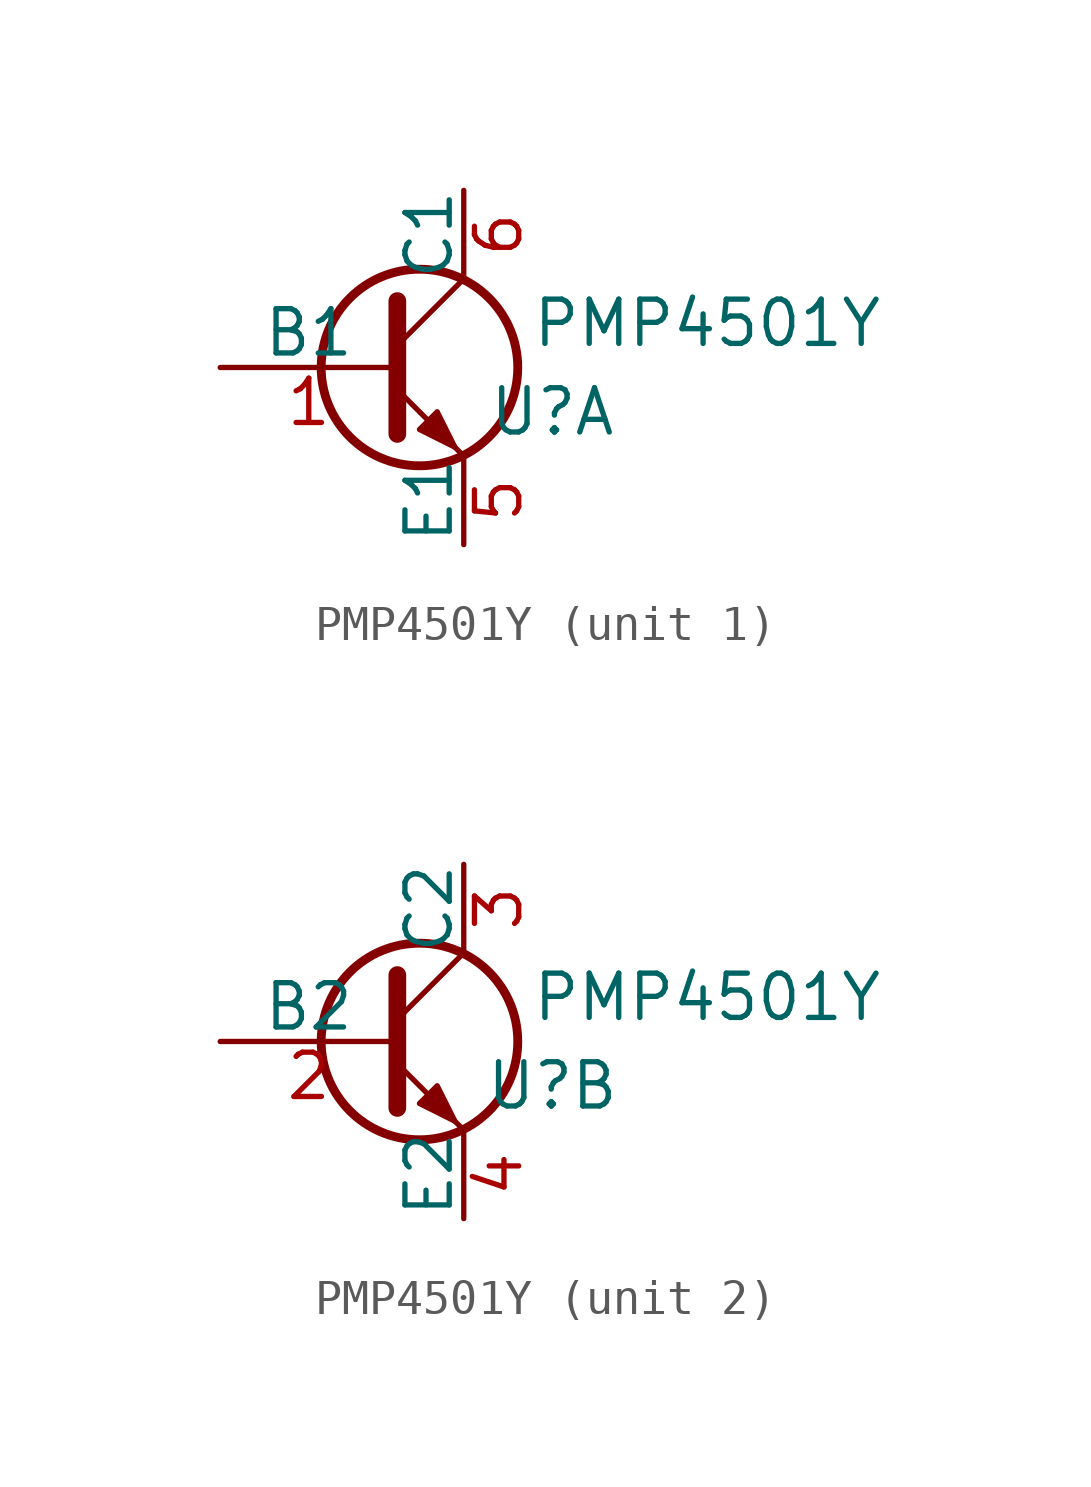
<source format=kicad_sym>
(kicad_symbol_lib
  (version 20211014)
  (generator kicad_symbol_editor)
  (symbol "PMP4501Y"
    (pin_names
      (offset 0))
    (property "Reference" "U"
      (at 4.445 -1.27 0)
      (effects (font (size 1.27 1.27))))
    (property "Value" "PMP4501Y"
      (at 8.89 1.27 0)
      (effects (font (size 1.27 1.27))))
    (property "ki_locked" ""
      (at 0 0 0)
      (effects (font (size 1.27 1.27))))
    (symbol "PMP4501Y_0_1"
      (polyline (pts (xy 0 0.635) (xy 1.905 2.54)) (stroke (width 0) (type default) (color 0 0 0 0)) (fill (type none)))
      (polyline (pts (xy 0 -0.635) (xy 1.905 -2.54) (xy 1.905 -2.54)) (stroke (width 0) (type default) (color 0 0 0 0)) (fill (type none)))
      (polyline (pts (xy 0 1.905) (xy 0 -1.905) (xy 0 -1.905)) (stroke (width 0.508) (type default) (color 0 0 0 0)) (fill (type none)))
      (polyline (pts (xy 0.635 -1.778) (xy 1.143 -1.27) (xy 1.651 -2.286) (xy 0.635 -1.778) (xy 0.635 -1.778)) (stroke (width 0) (type default) (color 0 0 0 0)) (fill (type outline)))
      (circle (center 0.635 0) (radius 2.819) (stroke (width 0.254) (type default) (color 0 0 0 0)) (fill (type none))))
    (symbol "PMP4501Y_1_1"
      (pin input line (at -5.08 0 0) (length 5.08) (name "B1" (effects (font (size 1.27 1.27)))) (number "1" (effects (font (size 1.27 1.27)))))
      (pin passive line (at 1.905 -5.08 90) (length 2.54) (name "E1" (effects (font (size 1.27 1.27)))) (number "5" (effects (font (size 1.27 1.27)))))
      (pin passive line (at 1.905 5.08 270) (length 2.54) (name "C1" (effects (font (size 1.27 1.27)))) (number "6" (effects (font (size 1.27 1.27))))))
    (symbol "PMP4501Y_2_1"
      (pin input line (at -5.08 0 0) (length 5.08) (name "B2" (effects (font (size 1.27 1.27)))) (number "2" (effects (font (size 1.27 1.27)))))
      (pin passive line (at 1.905 5.08 270) (length 2.54) (name "C2" (effects (font (size 1.27 1.27)))) (number "3" (effects (font (size 1.27 1.27)))))
      (pin passive line (at 1.905 -5.08 90) (length 2.54) (name "E2" (effects (font (size 1.27 1.27)))) (number "4" (effects (font (size 1.27 1.27))))))))
</source>
